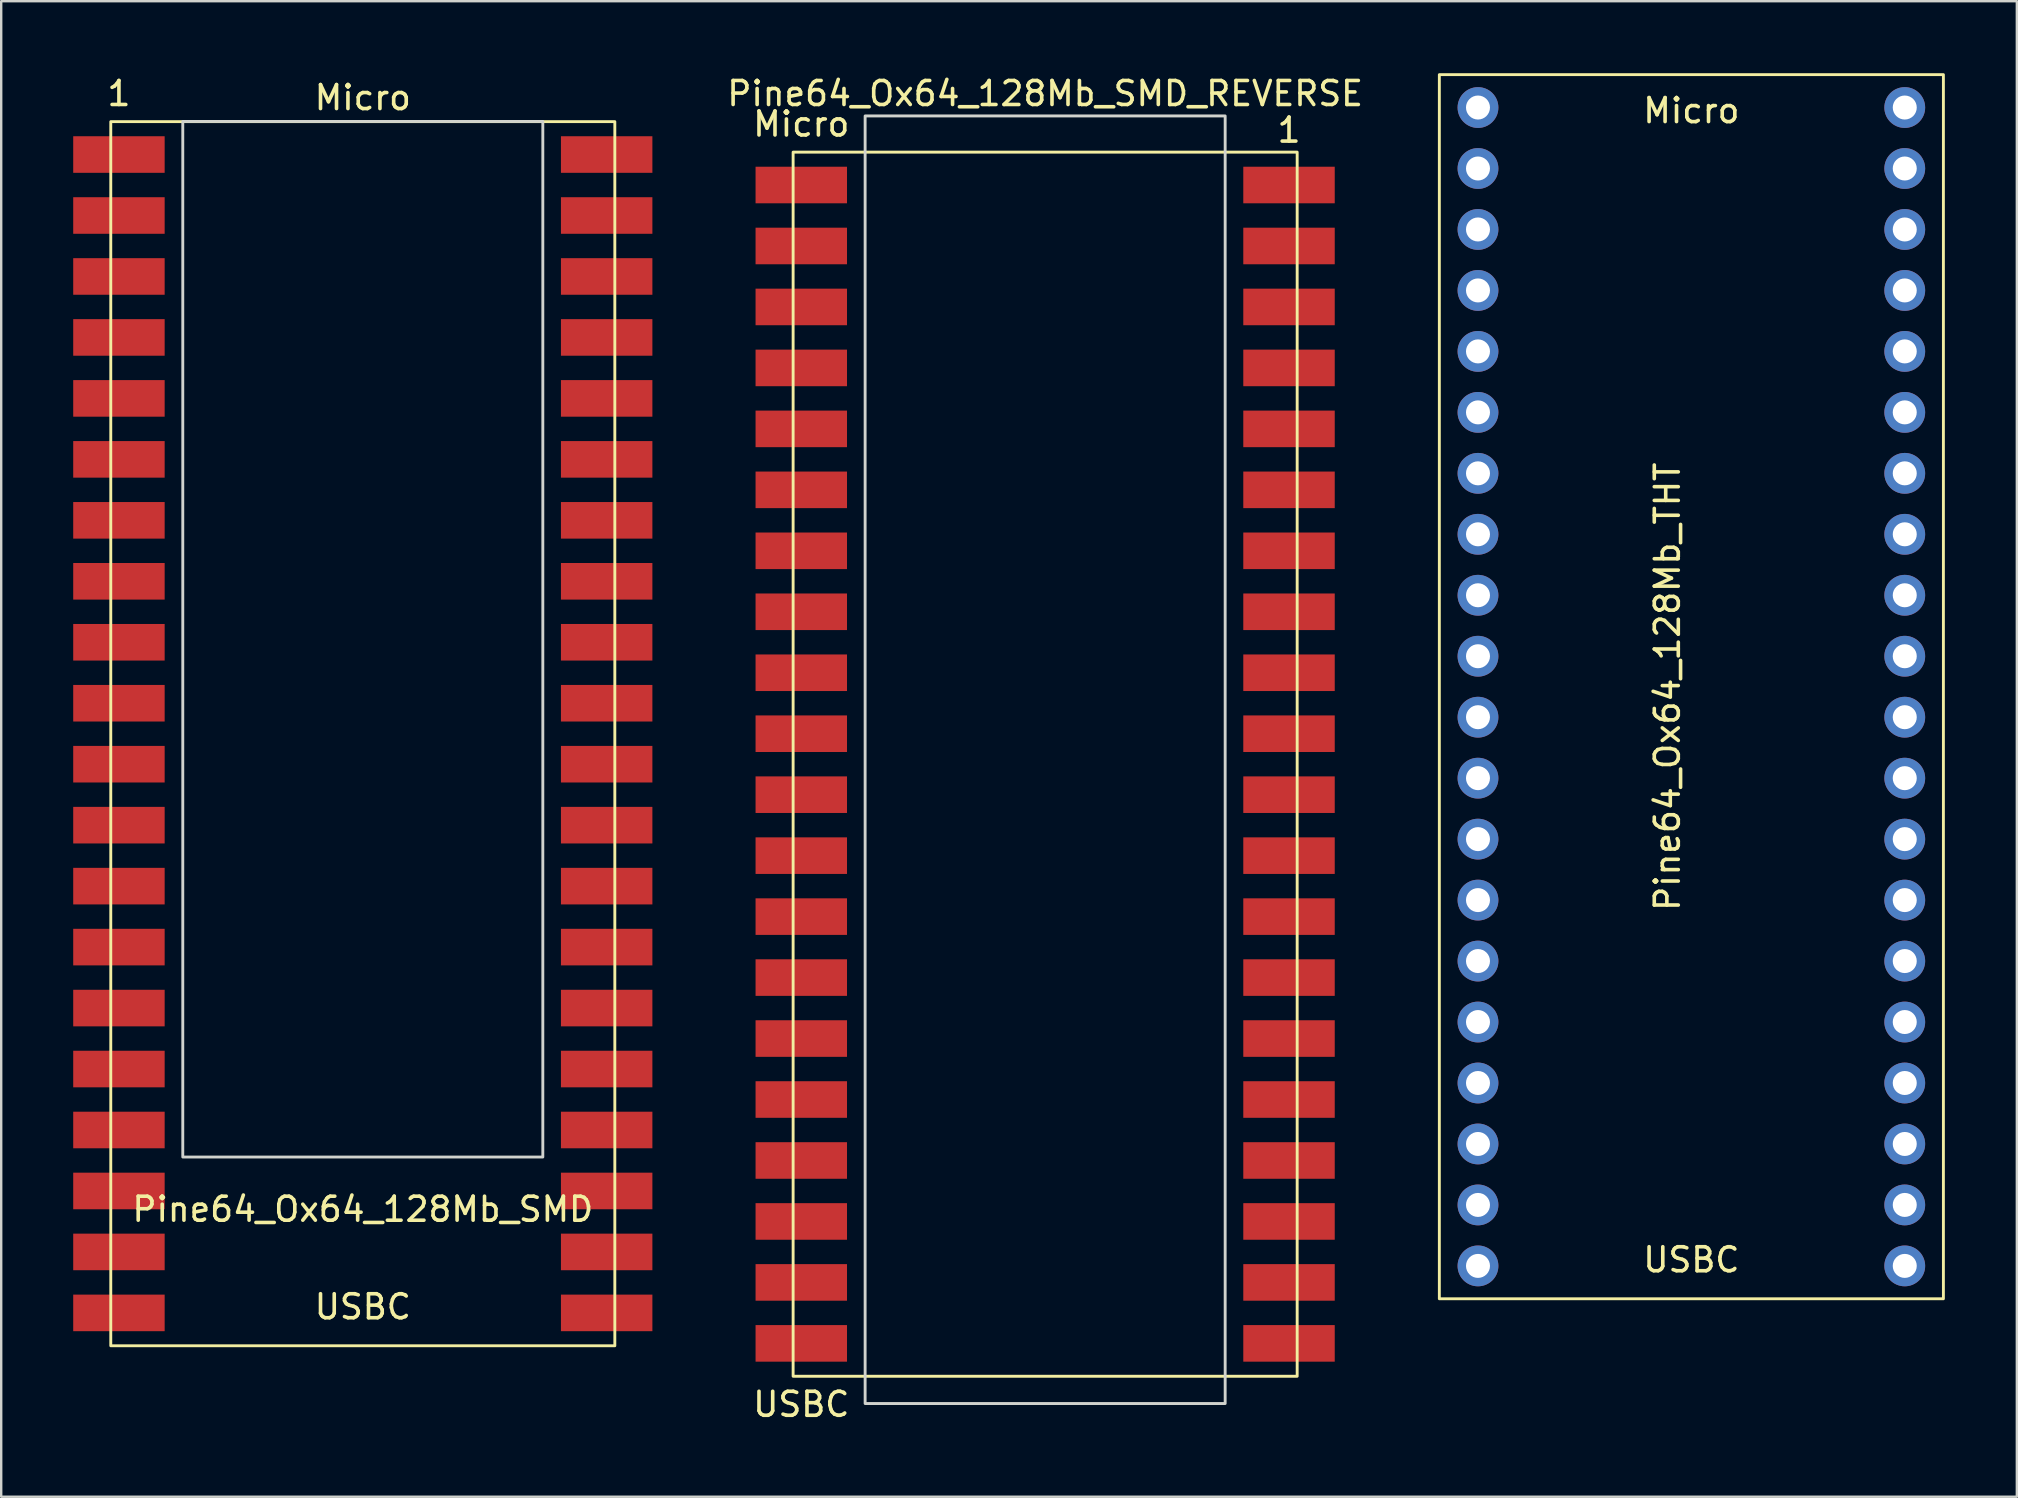
<source format=kicad_pcb>
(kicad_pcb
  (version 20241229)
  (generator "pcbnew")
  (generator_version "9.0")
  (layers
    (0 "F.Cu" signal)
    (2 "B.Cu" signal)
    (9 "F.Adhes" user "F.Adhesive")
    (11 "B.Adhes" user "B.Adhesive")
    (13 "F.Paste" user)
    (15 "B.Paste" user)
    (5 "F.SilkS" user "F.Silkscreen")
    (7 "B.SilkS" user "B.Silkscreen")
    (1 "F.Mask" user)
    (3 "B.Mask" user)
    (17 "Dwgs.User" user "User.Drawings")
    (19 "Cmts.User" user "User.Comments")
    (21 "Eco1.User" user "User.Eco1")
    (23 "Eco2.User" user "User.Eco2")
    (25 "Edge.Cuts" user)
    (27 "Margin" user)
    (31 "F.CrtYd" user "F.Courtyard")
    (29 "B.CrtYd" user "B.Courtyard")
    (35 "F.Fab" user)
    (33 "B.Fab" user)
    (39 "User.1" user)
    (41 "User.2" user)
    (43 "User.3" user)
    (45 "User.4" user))
  (footprint "Pine64_Ox64_128Mb_SMD_REVERSE"
    (layer "F.Cu")
    (at 40.493 28.788)
    (property "Reference" "Pine64_Ox64_128Mb_SMD_REVERSE" (at 0 -27.94 0) (unlocked yes) (layer "F.SilkS") (effects (font (size 1 1) (thickness 0.15))))
    (attr smd)
    (fp_rect (start -10.5 -25.5) (end 10.5 25.5) (stroke (width 0.12) (type solid)) (fill no) (layer "F.SilkS"))
    (fp_rect (start -7.5 -27.008) (end 7.5 26.636) (stroke (width 0.12) (type solid)) (fill no) (layer "Edge.Cuts"))
    (fp_text user "1" (at 10.16 -26.416 0) (unlocked yes) (layer "F.SilkS") (effects (font (size 1 1) (thickness 0.15))))
    (fp_text user "USBC" (at -10.16 26.67 0) (unlocked yes) (layer "F.SilkS") (effects (font (size 1 1) (thickness 0.15))))
    (fp_text user "Micro" (at -10.16 -26.67 0) (unlocked yes) (layer "F.SilkS") (effects (font (size 1 1) (thickness 0.15))))
    (pad "1" smd rect (at 10.16 -24.13) (size 3.81 1.524) (layers "F.Cu" "F.Mask" "F.Paste"))
    (pad "2" smd rect (at 10.16 -21.59) (size 3.81 1.524) (layers "F.Cu" "F.Mask" "F.Paste"))
    (pad "3" smd rect (at 10.16 -19.05) (size 3.81 1.524) (layers "F.Cu" "F.Mask" "F.Paste"))
    (pad "4" smd rect (at 10.16 -16.51) (size 3.81 1.524) (layers "F.Cu" "F.Mask" "F.Paste"))
    (pad "5" smd rect (at 10.16 -13.97) (size 3.81 1.524) (layers "F.Cu" "F.Mask" "F.Paste"))
    (pad "6" smd rect (at 10.16 -11.43) (size 3.81 1.524) (layers "F.Cu" "F.Mask" "F.Paste"))
    (pad "7" smd rect (at 10.16 -8.89) (size 3.81 1.524) (layers "F.Cu" "F.Mask" "F.Paste"))
    (pad "8" smd rect (at 10.16 -6.35) (size 3.81 1.524) (layers "F.Cu" "F.Mask" "F.Paste"))
    (pad "9" smd rect (at 10.16 -3.81) (size 3.81 1.524) (layers "F.Cu" "F.Mask" "F.Paste"))
    (pad "10" smd rect (at 10.16 -1.27) (size 3.81 1.524) (layers "F.Cu" "F.Mask" "F.Paste"))
    (pad "11" smd rect (at 10.16 1.27) (size 3.81 1.524) (layers "F.Cu" "F.Mask" "F.Paste"))
    (pad "12" smd rect (at 10.16 3.81) (size 3.81 1.524) (layers "F.Cu" "F.Mask" "F.Paste"))
    (pad "13" smd rect (at 10.16 6.35) (size 3.81 1.524) (layers "F.Cu" "F.Mask" "F.Paste"))
    (pad "14" smd rect (at 10.16 8.89) (size 3.81 1.524) (layers "F.Cu" "F.Mask" "F.Paste"))
    (pad "15" smd rect (at 10.16 11.43) (size 3.81 1.524) (layers "F.Cu" "F.Mask" "F.Paste"))
    (pad "16" smd rect (at 10.16 13.97) (size 3.81 1.524) (layers "F.Cu" "F.Mask" "F.Paste"))
    (pad "17" smd rect (at 10.16 16.51) (size 3.81 1.524) (layers "F.Cu" "F.Mask" "F.Paste"))
    (pad "18" smd rect (at 10.16 19.05) (size 3.81 1.524) (layers "F.Cu" "F.Mask" "F.Paste"))
    (pad "19" smd rect (at 10.16 21.59) (size 3.81 1.524) (layers "F.Cu" "F.Mask" "F.Paste"))
    (pad "20" smd rect (at 10.16 24.13) (size 3.81 1.524) (layers "F.Cu" "F.Mask" "F.Paste"))
    (pad "21" smd rect (at -10.16 24.13) (size 3.81 1.524) (layers "F.Cu" "F.Mask" "F.Paste"))
    (pad "22" smd rect (at -10.16 21.59) (size 3.81 1.524) (layers "F.Cu" "F.Mask" "F.Paste"))
    (pad "23" smd rect (at -10.16 19.05) (size 3.81 1.524) (layers "F.Cu" "F.Mask" "F.Paste"))
    (pad "24" smd rect (at -10.16 16.51) (size 3.81 1.524) (layers "F.Cu" "F.Mask" "F.Paste"))
    (pad "25" smd rect (at -10.16 13.97) (size 3.81 1.524) (layers "F.Cu" "F.Mask" "F.Paste"))
    (pad "26" smd rect (at -10.16 11.43) (size 3.81 1.524) (layers "F.Cu" "F.Mask" "F.Paste"))
    (pad "27" smd rect (at -10.16 8.89) (size 3.81 1.524) (layers "F.Cu" "F.Mask" "F.Paste"))
    (pad "28" smd rect (at -10.16 6.35) (size 3.81 1.524) (layers "F.Cu" "F.Mask" "F.Paste"))
    (pad "29" smd rect (at -10.16 3.81) (size 3.81 1.524) (layers "F.Cu" "F.Mask" "F.Paste"))
    (pad "30" smd rect (at -10.16 1.27) (size 3.81 1.524) (layers "F.Cu" "F.Mask" "F.Paste"))
    (pad "31" smd rect (at -10.16 -1.27) (size 3.81 1.524) (layers "F.Cu" "F.Mask" "F.Paste"))
    (pad "32" smd rect (at -10.16 -3.81) (size 3.81 1.524) (layers "F.Cu" "F.Mask" "F.Paste"))
    (pad "33" smd rect (at -10.16 -6.35) (size 3.81 1.524) (layers "F.Cu" "F.Mask" "F.Paste"))
    (pad "34" smd rect (at -10.16 -8.89) (size 3.81 1.524) (layers "F.Cu" "F.Mask" "F.Paste"))
    (pad "35" smd rect (at -10.16 -11.43) (size 3.81 1.524) (layers "F.Cu" "F.Mask" "F.Paste"))
    (pad "36" smd rect (at -10.16 -13.97) (size 3.81 1.524) (layers "F.Cu" "F.Mask" "F.Paste"))
    (pad "37" smd rect (at -10.16 -16.51) (size 3.81 1.524) (layers "F.Cu" "F.Mask" "F.Paste"))
    (pad "38" smd rect (at -10.16 -19.05) (size 3.81 1.524) (layers "F.Cu" "F.Mask" "F.Paste"))
    (pad "39" smd rect (at -10.16 -21.59) (size 3.81 1.524) (layers "F.Cu" "F.Mask" "F.Paste"))
    (pad "40" smd rect (at -10.16 -24.13) (size 3.81 1.524) (layers "F.Cu" "F.Mask" "F.Paste")))
  (footprint "Pine64_Ox64_128Mb_SMD"
    (layer "F.Cu")
    (at 12.065 27.518)
    (property "Reference" "Pine64_Ox64_128Mb_SMD" (at 0 19.812 0) (unlocked yes) (layer "F.SilkS") (effects (font (size 1 1) (thickness 0.15))))
    (attr smd)
    (fp_rect (start -10.5 -25.5) (end 10.5 25.5) (stroke (width 0.12) (type solid)) (fill no) (layer "F.SilkS"))
    (fp_rect (start -7.5 -25.508) (end 7.5 17.636) (stroke (width 0.12) (type solid)) (fill no) (layer "Edge.Cuts"))
    (fp_text user "Micro" (at 0 -26.5 0) (unlocked yes) (layer "F.SilkS") (effects (font (size 1 1) (thickness 0.15))))
    (fp_text user "1" (at -10.16 -26.67 0) (unlocked yes) (layer "F.SilkS") (effects (font (size 1 1) (thickness 0.15))))
    (fp_text user "USBC" (at 0 23.876 0) (unlocked yes) (layer "F.SilkS") (effects (font (size 1 1) (thickness 0.15))))
    (pad "1" smd rect (at -10.16 -24.13) (size 3.81 1.524) (layers "F.Cu" "F.Mask" "F.Paste"))
    (pad "2" smd rect (at -10.16 -21.59) (size 3.81 1.524) (layers "F.Cu" "F.Mask" "F.Paste"))
    (pad "3" smd rect (at -10.16 -19.05) (size 3.81 1.524) (layers "F.Cu" "F.Mask" "F.Paste"))
    (pad "4" smd rect (at -10.16 -16.51) (size 3.81 1.524) (layers "F.Cu" "F.Mask" "F.Paste"))
    (pad "5" smd rect (at -10.16 -13.97) (size 3.81 1.524) (layers "F.Cu" "F.Mask" "F.Paste"))
    (pad "6" smd rect (at -10.16 -11.43) (size 3.81 1.524) (layers "F.Cu" "F.Mask" "F.Paste"))
    (pad "7" smd rect (at -10.16 -8.89) (size 3.81 1.524) (layers "F.Cu" "F.Mask" "F.Paste"))
    (pad "8" smd rect (at -10.16 -6.35) (size 3.81 1.524) (layers "F.Cu" "F.Mask" "F.Paste"))
    (pad "9" smd rect (at -10.16 -3.81) (size 3.81 1.524) (layers "F.Cu" "F.Mask" "F.Paste"))
    (pad "10" smd rect (at -10.16 -1.27) (size 3.81 1.524) (layers "F.Cu" "F.Mask" "F.Paste"))
    (pad "11" smd rect (at -10.16 1.27) (size 3.81 1.524) (layers "F.Cu" "F.Mask" "F.Paste"))
    (pad "12" smd rect (at -10.16 3.81) (size 3.81 1.524) (layers "F.Cu" "F.Mask" "F.Paste"))
    (pad "13" smd rect (at -10.16 6.35) (size 3.81 1.524) (layers "F.Cu" "F.Mask" "F.Paste"))
    (pad "14" smd rect (at -10.16 8.89) (size 3.81 1.524) (layers "F.Cu" "F.Mask" "F.Paste"))
    (pad "15" smd rect (at -10.16 11.43) (size 3.81 1.524) (layers "F.Cu" "F.Mask" "F.Paste"))
    (pad "16" smd rect (at -10.16 13.97) (size 3.81 1.524) (layers "F.Cu" "F.Mask" "F.Paste"))
    (pad "17" smd rect (at -10.16 16.51) (size 3.81 1.524) (layers "F.Cu" "F.Mask" "F.Paste"))
    (pad "18" smd rect (at -10.16 19.05) (size 3.81 1.524) (layers "F.Cu" "F.Mask" "F.Paste"))
    (pad "19" smd rect (at -10.16 21.59) (size 3.81 1.524) (layers "F.Cu" "F.Mask" "F.Paste"))
    (pad "20" smd rect (at -10.16 24.13) (size 3.81 1.524) (layers "F.Cu" "F.Mask" "F.Paste"))
    (pad "21" smd rect (at 10.16 24.13) (size 3.81 1.524) (layers "F.Cu" "F.Mask" "F.Paste"))
    (pad "22" smd rect (at 10.16 21.59) (size 3.81 1.524) (layers "F.Cu" "F.Mask" "F.Paste"))
    (pad "23" smd rect (at 10.16 19.05) (size 3.81 1.524) (layers "F.Cu" "F.Mask" "F.Paste"))
    (pad "24" smd rect (at 10.16 16.51) (size 3.81 1.524) (layers "F.Cu" "F.Mask" "F.Paste"))
    (pad "25" smd rect (at 10.16 13.97) (size 3.81 1.524) (layers "F.Cu" "F.Mask" "F.Paste"))
    (pad "26" smd rect (at 10.16 11.43) (size 3.81 1.524) (layers "F.Cu" "F.Mask" "F.Paste"))
    (pad "27" smd rect (at 10.16 8.89) (size 3.81 1.524) (layers "F.Cu" "F.Mask" "F.Paste"))
    (pad "28" smd rect (at 10.16 6.35) (size 3.81 1.524) (layers "F.Cu" "F.Mask" "F.Paste"))
    (pad "29" smd rect (at 10.16 3.81) (size 3.81 1.524) (layers "F.Cu" "F.Mask" "F.Paste"))
    (pad "30" smd rect (at 10.16 1.27) (size 3.81 1.524) (layers "F.Cu" "F.Mask" "F.Paste"))
    (pad "31" smd rect (at 10.16 -1.27) (size 3.81 1.524) (layers "F.Cu" "F.Mask" "F.Paste"))
    (pad "32" smd rect (at 10.16 -3.81) (size 3.81 1.524) (layers "F.Cu" "F.Mask" "F.Paste"))
    (pad "33" smd rect (at 10.16 -6.35) (size 3.81 1.524) (layers "F.Cu" "F.Mask" "F.Paste"))
    (pad "34" smd rect (at 10.16 -8.89) (size 3.81 1.524) (layers "F.Cu" "F.Mask" "F.Paste"))
    (pad "35" smd rect (at 10.16 -11.43) (size 3.81 1.524) (layers "F.Cu" "F.Mask" "F.Paste"))
    (pad "36" smd rect (at 10.16 -13.97) (size 3.81 1.524) (layers "F.Cu" "F.Mask" "F.Paste"))
    (pad "37" smd rect (at 10.16 -16.51) (size 3.81 1.524) (layers "F.Cu" "F.Mask" "F.Paste"))
    (pad "38" smd rect (at 10.16 -19.05) (size 3.81 1.524) (layers "F.Cu" "F.Mask" "F.Paste"))
    (pad "39" smd rect (at 10.16 -21.59) (size 3.81 1.524) (layers "F.Cu" "F.Mask" "F.Paste"))
    (pad "40" smd rect (at 10.16 -24.13) (size 3.81 1.524) (layers "F.Cu" "F.Mask" "F.Paste")))
  (footprint "Pine64_Ox64_128Mb_THT"
    (layer "F.Cu")
    (at 67.416 25.56)
    (property "Reference" "Pine64_Ox64_128Mb_THT" (at -1 0 90) (unlocked yes) (layer "F.SilkS") (effects (font (size 1 1) (thickness 0.15))))
    (attr smd)
    (fp_rect (start -10.5 -25.5) (end 10.5 25.5) (stroke (width 0.12) (type solid)) (fill no) (layer "F.SilkS"))
    (fp_text user "USBC" (at 0 23.876 0) (unlocked yes) (layer "F.SilkS") (effects (font (size 1 1) (thickness 0.15))))
    (fp_text user "Micro" (at 0 -24 0) (unlocked yes) (layer "F.SilkS") (effects (font (size 1 1) (thickness 0.15))))
    (pad "1" thru_hole circle (at -8.89 -24.13) (size 1.7 1.7) (drill 1) (layers "*.Cu" "*.Mask"))
    (pad "2" thru_hole circle (at -8.89 -21.59) (size 1.7 1.7) (drill 1) (layers "*.Cu" "*.Mask"))
    (pad "3" thru_hole circle (at -8.89 -19.05) (size 1.7 1.7) (drill 1) (layers "*.Cu" "*.Mask"))
    (pad "4" thru_hole circle (at -8.89 -16.51) (size 1.7 1.7) (drill 1) (layers "*.Cu" "*.Mask"))
    (pad "5" thru_hole circle (at -8.89 -13.97) (size 1.7 1.7) (drill 1) (layers "*.Cu" "*.Mask"))
    (pad "6" thru_hole circle (at -8.89 -11.43) (size 1.7 1.7) (drill 1) (layers "*.Cu" "*.Mask"))
    (pad "7" thru_hole circle (at -8.89 -8.89) (size 1.7 1.7) (drill 1) (layers "*.Cu" "*.Mask"))
    (pad "8" thru_hole circle (at -8.89 -6.35) (size 1.7 1.7) (drill 1) (layers "*.Cu" "*.Mask"))
    (pad "9" thru_hole circle (at -8.89 -3.81) (size 1.7 1.7) (drill 1) (layers "*.Cu" "*.Mask"))
    (pad "10" thru_hole circle (at -8.89 -1.27) (size 1.7 1.7) (drill 1) (layers "*.Cu" "*.Mask"))
    (pad "11" thru_hole circle (at -8.89 1.27) (size 1.7 1.7) (drill 1) (layers "*.Cu" "*.Mask"))
    (pad "12" thru_hole circle (at -8.89 3.81) (size 1.7 1.7) (drill 1) (layers "*.Cu" "*.Mask"))
    (pad "13" thru_hole circle (at -8.89 6.35) (size 1.7 1.7) (drill 1) (layers "*.Cu" "*.Mask"))
    (pad "14" thru_hole circle (at -8.89 8.89) (size 1.7 1.7) (drill 1) (layers "*.Cu" "*.Mask"))
    (pad "15" thru_hole circle (at -8.89 11.43) (size 1.7 1.7) (drill 1) (layers "*.Cu" "*.Mask"))
    (pad "16" thru_hole circle (at -8.89 13.97) (size 1.7 1.7) (drill 1) (layers "*.Cu" "*.Mask"))
    (pad "17" thru_hole circle (at -8.89 16.51) (size 1.7 1.7) (drill 1) (layers "*.Cu" "*.Mask"))
    (pad "18" thru_hole circle (at -8.89 19.05) (size 1.7 1.7) (drill 1) (layers "*.Cu" "*.Mask"))
    (pad "19" thru_hole circle (at -8.89 21.59) (size 1.7 1.7) (drill 1) (layers "*.Cu" "*.Mask"))
    (pad "20" thru_hole circle (at -8.89 24.13) (size 1.7 1.7) (drill 1) (layers "*.Cu" "*.Mask"))
    (pad "21" thru_hole circle (at 8.89 24.13) (size 1.7 1.7) (drill 1) (layers "*.Cu" "*.Mask"))
    (pad "22" thru_hole circle (at 8.89 21.59) (size 1.7 1.7) (drill 1) (layers "*.Cu" "*.Mask"))
    (pad "23" thru_hole circle (at 8.89 19.05) (size 1.7 1.7) (drill 1) (layers "*.Cu" "*.Mask"))
    (pad "24" thru_hole circle (at 8.89 16.51) (size 1.7 1.7) (drill 1) (layers "*.Cu" "*.Mask"))
    (pad "25" thru_hole circle (at 8.89 13.97) (size 1.7 1.7) (drill 1) (layers "*.Cu" "*.Mask"))
    (pad "26" thru_hole circle (at 8.89 11.43) (size 1.7 1.7) (drill 1) (layers "*.Cu" "*.Mask"))
    (pad "27" thru_hole circle (at 8.89 8.89) (size 1.7 1.7) (drill 1) (layers "*.Cu" "*.Mask"))
    (pad "28" thru_hole circle (at 8.89 6.35) (size 1.7 1.7) (drill 1) (layers "*.Cu" "*.Mask"))
    (pad "29" thru_hole circle (at 8.89 3.81) (size 1.7 1.7) (drill 1) (layers "*.Cu" "*.Mask"))
    (pad "30" thru_hole circle (at 8.89 1.27) (size 1.7 1.7) (drill 1) (layers "*.Cu" "*.Mask"))
    (pad "31" thru_hole circle (at 8.89 -1.27) (size 1.7 1.7) (drill 1) (layers "*.Cu" "*.Mask"))
    (pad "32" thru_hole circle (at 8.89 -3.81) (size 1.7 1.7) (drill 1) (layers "*.Cu" "*.Mask"))
    (pad "33" thru_hole circle (at 8.89 -6.35) (size 1.7 1.7) (drill 1) (layers "*.Cu" "*.Mask"))
    (pad "34" thru_hole circle (at 8.89 -8.89) (size 1.7 1.7) (drill 1) (layers "*.Cu" "*.Mask"))
    (pad "35" thru_hole circle (at 8.89 -11.43) (size 1.7 1.7) (drill 1) (layers "*.Cu" "*.Mask"))
    (pad "36" thru_hole circle (at 8.89 -13.97) (size 1.7 1.7) (drill 1) (layers "*.Cu" "*.Mask"))
    (pad "37" thru_hole circle (at 8.89 -16.51) (size 1.7 1.7) (drill 1) (layers "*.Cu" "*.Mask"))
    (pad "38" thru_hole circle (at 8.89 -19.05) (size 1.7 1.7) (drill 1) (layers "*.Cu" "*.Mask"))
    (pad "39" thru_hole circle (at 8.89 -21.59) (size 1.7 1.7) (drill 1) (layers "*.Cu" "*.Mask"))
    (pad "40" thru_hole circle (at 8.89 -24.13) (size 1.7 1.7) (drill 1) (layers "*.Cu" "*.Mask")))
  (gr_rect
    (start -3 -3)
    (end 80.976 59.306)
    (stroke (width 0.1) (type default))
    (fill no)
    (layer "Edge.Cuts")))
</source>
